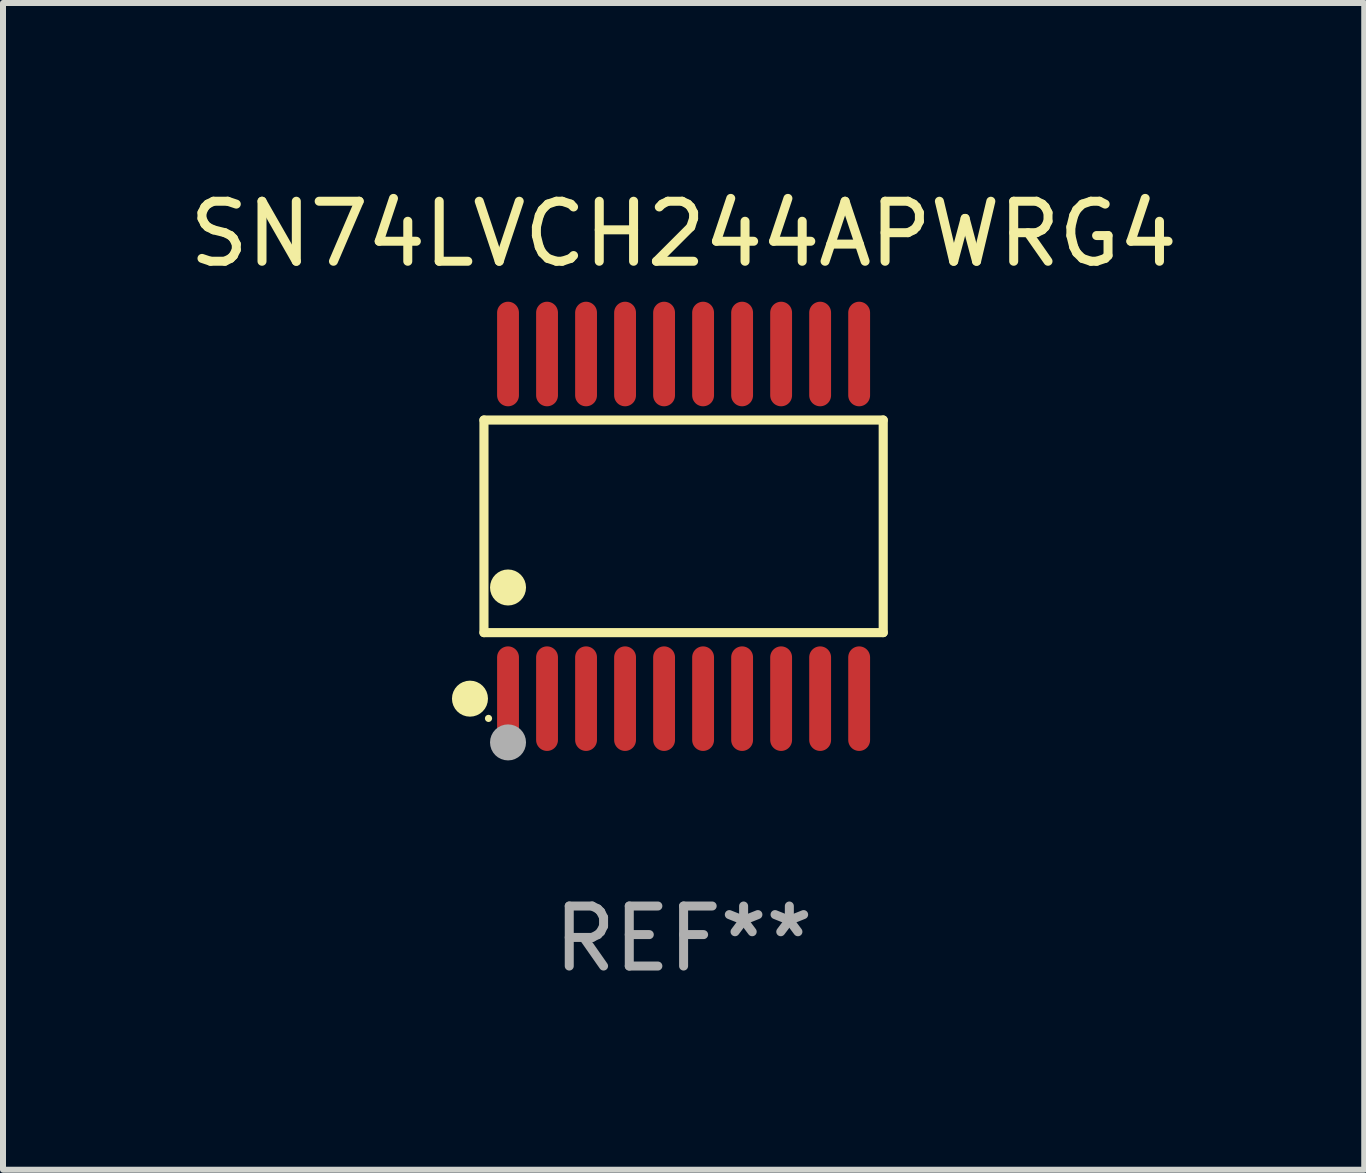
<source format=kicad_pcb>
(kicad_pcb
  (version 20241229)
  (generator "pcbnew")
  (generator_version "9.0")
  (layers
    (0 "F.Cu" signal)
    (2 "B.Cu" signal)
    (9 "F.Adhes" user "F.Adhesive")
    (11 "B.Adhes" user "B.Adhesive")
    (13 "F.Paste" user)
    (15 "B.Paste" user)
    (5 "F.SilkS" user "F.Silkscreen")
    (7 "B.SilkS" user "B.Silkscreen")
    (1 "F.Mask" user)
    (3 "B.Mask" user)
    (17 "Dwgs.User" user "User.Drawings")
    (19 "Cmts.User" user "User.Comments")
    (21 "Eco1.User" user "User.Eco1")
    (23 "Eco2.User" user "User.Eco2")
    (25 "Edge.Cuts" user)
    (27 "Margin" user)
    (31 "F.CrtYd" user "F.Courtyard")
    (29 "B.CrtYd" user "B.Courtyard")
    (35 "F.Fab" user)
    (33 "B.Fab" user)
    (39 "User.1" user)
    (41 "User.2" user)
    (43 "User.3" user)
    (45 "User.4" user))
  (footprint "SN74LVCH244APWRG4"
    (layer "F.Cu")
    (at 8.339 5.719)
    (property "Reference" "SN74LVCH244APWRG4" (at 0 -4.871 0) (layer "F.SilkS") (effects (font (size 1 1) (thickness 0.15))))
    (attr through_hole)
    (fp_line (start -3.326 -1.771) (end 3.326 -1.771) (stroke (width 0.152) (type solid)) (layer "F.SilkS"))
    (fp_line (start -3.326 1.771) (end -3.326 -1.771) (stroke (width 0.152) (type solid)) (layer "F.SilkS"))
    (fp_line (start 3.326 -1.771) (end 3.326 1.771) (stroke (width 0.152) (type solid)) (layer "F.SilkS"))
    (fp_line (start 3.326 1.771) (end -3.326 1.771) (stroke (width 0.152) (type solid)) (layer "F.SilkS"))
    (fp_circle (center -3.559 2.871) (end -3.409 2.871) (stroke (width 0.3) (type solid)) (fill no) (layer "F.SilkS"))
    (fp_circle (center -3.25 3.2) (end -3.22 3.2) (stroke (width 0.06) (type solid)) (fill no) (layer "F.SilkS"))
    (fp_circle (center -2.925 1.019) (end -2.775 1.019) (stroke (width 0.3) (type solid)) (fill no) (layer "F.SilkS"))
    (fp_circle (center -2.925 3.6) (end -2.775 3.6) (stroke (width 0.3) (type solid)) (fill no) (layer "F.Fab"))
    (fp_text user "REF**" (at 0 6.871 0) (layer "F.Fab") (effects (font (size 1 1) (thickness 0.15))))
    (pad "1" smd oval (at -2.925 2.871) (size 0.364 1.742) (layers "F.Cu" "F.Mask" "F.Paste"))
    (pad "2" smd oval (at -2.275 2.871) (size 0.364 1.742) (layers "F.Cu" "F.Mask" "F.Paste"))
    (pad "3" smd oval (at -1.625 2.871) (size 0.364 1.742) (layers "F.Cu" "F.Mask" "F.Paste"))
    (pad "4" smd oval (at -0.975 2.871) (size 0.364 1.742) (layers "F.Cu" "F.Mask" "F.Paste"))
    (pad "5" smd oval (at -0.325 2.871) (size 0.364 1.742) (layers "F.Cu" "F.Mask" "F.Paste"))
    (pad "6" smd oval (at 0.325 2.871) (size 0.364 1.742) (layers "F.Cu" "F.Mask" "F.Paste"))
    (pad "7" smd oval (at 0.975 2.871) (size 0.364 1.742) (layers "F.Cu" "F.Mask" "F.Paste"))
    (pad "8" smd oval (at 1.625 2.871) (size 0.364 1.742) (layers "F.Cu" "F.Mask" "F.Paste"))
    (pad "9" smd oval (at 2.275 2.871) (size 0.364 1.742) (layers "F.Cu" "F.Mask" "F.Paste"))
    (pad "10" smd oval (at 2.925 2.871) (size 0.364 1.742) (layers "F.Cu" "F.Mask" "F.Paste"))
    (pad "11" smd oval (at 2.925 -2.871) (size 0.364 1.742) (layers "F.Cu" "F.Mask" "F.Paste"))
    (pad "12" smd oval (at 2.275 -2.871) (size 0.364 1.742) (layers "F.Cu" "F.Mask" "F.Paste"))
    (pad "13" smd oval (at 1.625 -2.871) (size 0.364 1.742) (layers "F.Cu" "F.Mask" "F.Paste"))
    (pad "14" smd oval (at 0.975 -2.871) (size 0.364 1.742) (layers "F.Cu" "F.Mask" "F.Paste"))
    (pad "15" smd oval (at 0.325 -2.871) (size 0.364 1.742) (layers "F.Cu" "F.Mask" "F.Paste"))
    (pad "16" smd oval (at -0.325 -2.871) (size 0.364 1.742) (layers "F.Cu" "F.Mask" "F.Paste"))
    (pad "17" smd oval (at -0.975 -2.871) (size 0.364 1.742) (layers "F.Cu" "F.Mask" "F.Paste"))
    (pad "18" smd oval (at -1.625 -2.871) (size 0.364 1.742) (layers "F.Cu" "F.Mask" "F.Paste"))
    (pad "19" smd oval (at -2.275 -2.871) (size 0.364 1.742) (layers "F.Cu" "F.Mask" "F.Paste"))
    (pad "20" smd oval (at -2.925 -2.871) (size 0.364 1.742) (layers "F.Cu" "F.Mask" "F.Paste")))
  (gr_rect
    (start -3 -3)
    (end 19.679 16.438)
    (stroke (width 0.1) (type default))
    (fill no)
    (layer "Edge.Cuts")))
</source>
